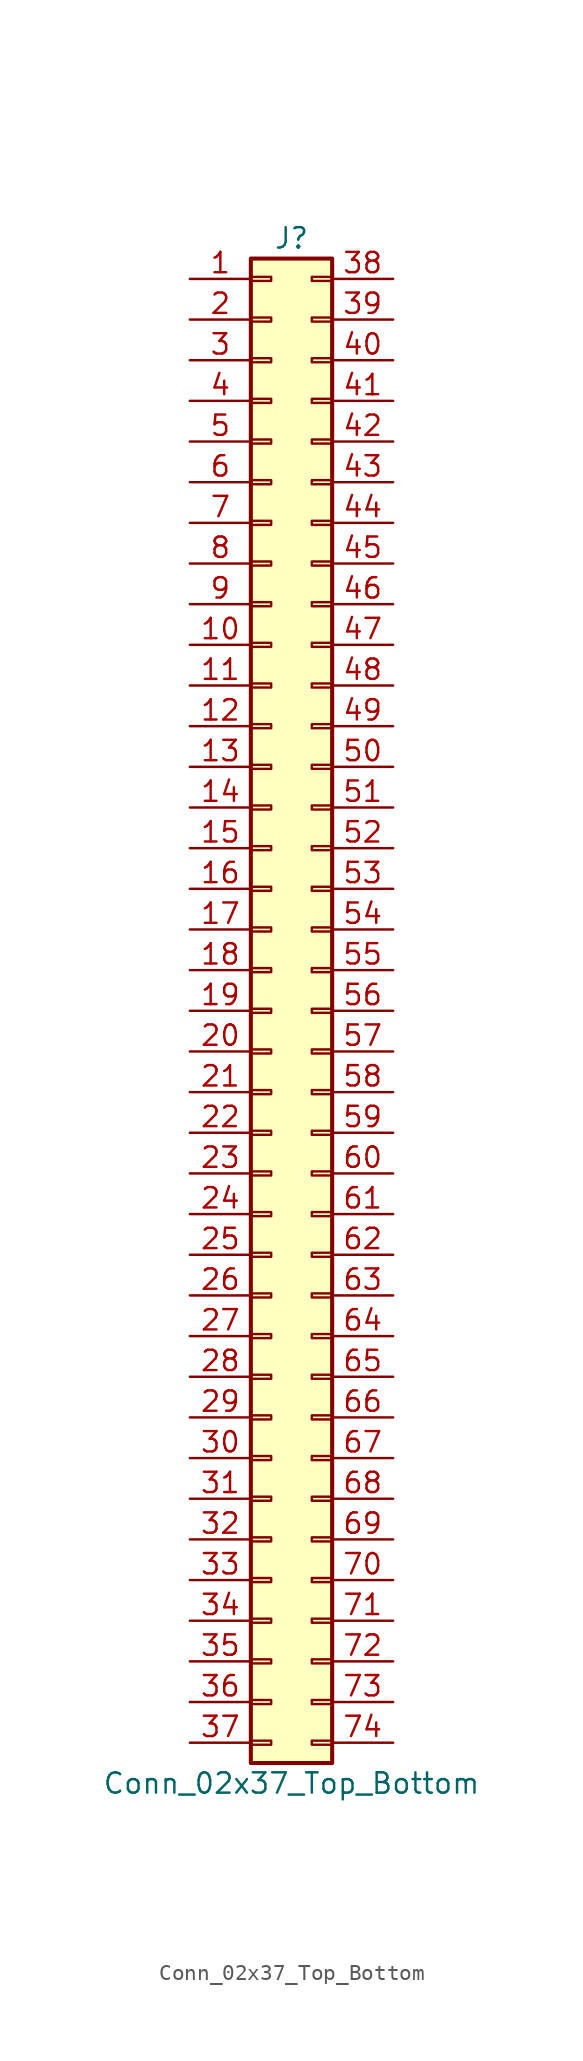
<source format=kicad_sym>
(kicad_symbol_lib
  (version 20201005)
  (generator kicad_symbol_editor)
  (symbol "Connector_Generic:Conn_02x37_Top_Bottom"
    (pin_names
      (offset 1.016) hide)
    (property "Reference" "J"
      (at 1.27 48.26 0)
      (effects (font (size 1.27 1.27))))
    (property "Value" "Conn_02x37_Top_Bottom"
      (at 1.27 -48.26 0)
      (effects (font (size 1.27 1.27))))
    (symbol "Conn_02x37_Top_Bottom_1_1"
      (rectangle (start -1.27 -27.813) (end 0 -28.067) (stroke (width 0.152)) (fill (type none)))
      (rectangle (start -1.27 -30.353) (end 0 -30.607) (stroke (width 0.152)) (fill (type none)))
      (rectangle (start -1.27 -32.893) (end 0 -33.147) (stroke (width 0.152)) (fill (type none)))
      (rectangle (start -1.27 -35.433) (end 0 -35.687) (stroke (width 0.152)) (fill (type none)))
      (rectangle (start -1.27 -37.973) (end 0 -38.227) (stroke (width 0.152)) (fill (type none)))
      (rectangle (start -1.27 -40.513) (end 0 -40.767) (stroke (width 0.152)) (fill (type none)))
      (rectangle (start -1.27 -43.053) (end 0 -43.307) (stroke (width 0.152)) (fill (type none)))
      (rectangle (start -1.27 -45.593) (end 0 -45.847) (stroke (width 0.152)) (fill (type none)))
      (rectangle (start -1.27 -4.953) (end 0 -5.207) (stroke (width 0.152)) (fill (type none)))
      (rectangle (start -1.27 -7.493) (end 0 -7.747) (stroke (width 0.152)) (fill (type none)))
      (rectangle (start -1.27 -10.033) (end 0 -10.287) (stroke (width 0.152)) (fill (type none)))
      (rectangle (start -1.27 -12.573) (end 0 -12.827) (stroke (width 0.152)) (fill (type none)))
      (rectangle (start -1.27 -15.113) (end 0 -15.367) (stroke (width 0.152)) (fill (type none)))
      (rectangle (start -1.27 -17.653) (end 0 -17.907) (stroke (width 0.152)) (fill (type none)))
      (rectangle (start -1.27 -20.193) (end 0 -20.447) (stroke (width 0.152)) (fill (type none)))
      (rectangle (start -1.27 -22.733) (end 0 -22.987) (stroke (width 0.152)) (fill (type none)))
      (rectangle (start -1.27 -2.413) (end 0 -2.667) (stroke (width 0.152)) (fill (type none)))
      (rectangle (start -1.27 -25.273) (end 0 -25.527) (stroke (width 0.152)) (fill (type none)))
      (rectangle (start -1.27 25.527) (end 0 25.273) (stroke (width 0.152)) (fill (type none)))
      (rectangle (start -1.27 2.667) (end 0 2.413) (stroke (width 0.152)) (fill (type none)))
      (rectangle (start -1.27 28.067) (end 0 27.813) (stroke (width 0.152)) (fill (type none)))
      (rectangle (start -1.27 30.607) (end 0 30.353) (stroke (width 0.152)) (fill (type none)))
      (rectangle (start -1.27 33.147) (end 0 32.893) (stroke (width 0.152)) (fill (type none)))
      (rectangle (start -1.27 35.687) (end 0 35.433) (stroke (width 0.152)) (fill (type none)))
      (rectangle (start -1.27 38.227) (end 0 37.973) (stroke (width 0.152)) (fill (type none)))
      (rectangle (start -1.27 40.767) (end 0 40.513) (stroke (width 0.152)) (fill (type none)))
      (rectangle (start -1.27 43.307) (end 0 43.053) (stroke (width 0.152)) (fill (type none)))
      (rectangle (start -1.27 45.847) (end 0 45.593) (stroke (width 0.152)) (fill (type none)))
      (rectangle (start -1.27 46.99) (end 3.81 -46.99) (stroke (width 0.254)) (fill (type background)))
      (rectangle (start -1.27 5.207) (end 0 4.953) (stroke (width 0.152)) (fill (type none)))
      (rectangle (start -1.27 7.747) (end 0 7.493) (stroke (width 0.152)) (fill (type none)))
      (rectangle (start -1.27 10.287) (end 0 10.033) (stroke (width 0.152)) (fill (type none)))
      (rectangle (start -1.27 0.127) (end 0 -0.127) (stroke (width 0.152)) (fill (type none)))
      (rectangle (start -1.27 12.827) (end 0 12.573) (stroke (width 0.152)) (fill (type none)))
      (rectangle (start -1.27 15.367) (end 0 15.113) (stroke (width 0.152)) (fill (type none)))
      (rectangle (start -1.27 17.907) (end 0 17.653) (stroke (width 0.152)) (fill (type none)))
      (rectangle (start -1.27 20.447) (end 0 20.193) (stroke (width 0.152)) (fill (type none)))
      (rectangle (start -1.27 22.987) (end 0 22.733) (stroke (width 0.152)) (fill (type none)))
      (rectangle (start 3.81 -27.813) (end 2.54 -28.067) (stroke (width 0.152)) (fill (type none)))
      (rectangle (start 3.81 -30.353) (end 2.54 -30.607) (stroke (width 0.152)) (fill (type none)))
      (rectangle (start 3.81 -32.893) (end 2.54 -33.147) (stroke (width 0.152)) (fill (type none)))
      (rectangle (start 3.81 -35.433) (end 2.54 -35.687) (stroke (width 0.152)) (fill (type none)))
      (rectangle (start 3.81 -37.973) (end 2.54 -38.227) (stroke (width 0.152)) (fill (type none)))
      (rectangle (start 3.81 -40.513) (end 2.54 -40.767) (stroke (width 0.152)) (fill (type none)))
      (rectangle (start 3.81 -43.053) (end 2.54 -43.307) (stroke (width 0.152)) (fill (type none)))
      (rectangle (start 3.81 -45.593) (end 2.54 -45.847) (stroke (width 0.152)) (fill (type none)))
      (rectangle (start 3.81 -4.953) (end 2.54 -5.207) (stroke (width 0.152)) (fill (type none)))
      (rectangle (start 3.81 -7.493) (end 2.54 -7.747) (stroke (width 0.152)) (fill (type none)))
      (rectangle (start 3.81 -10.033) (end 2.54 -10.287) (stroke (width 0.152)) (fill (type none)))
      (rectangle (start 3.81 -12.573) (end 2.54 -12.827) (stroke (width 0.152)) (fill (type none)))
      (rectangle (start 3.81 -15.113) (end 2.54 -15.367) (stroke (width 0.152)) (fill (type none)))
      (rectangle (start 3.81 -17.653) (end 2.54 -17.907) (stroke (width 0.152)) (fill (type none)))
      (rectangle (start 3.81 -20.193) (end 2.54 -20.447) (stroke (width 0.152)) (fill (type none)))
      (rectangle (start 3.81 -22.733) (end 2.54 -22.987) (stroke (width 0.152)) (fill (type none)))
      (rectangle (start 3.81 -2.413) (end 2.54 -2.667) (stroke (width 0.152)) (fill (type none)))
      (rectangle (start 3.81 -25.273) (end 2.54 -25.527) (stroke (width 0.152)) (fill (type none)))
      (rectangle (start 3.81 25.527) (end 2.54 25.273) (stroke (width 0.152)) (fill (type none)))
      (rectangle (start 3.81 2.667) (end 2.54 2.413) (stroke (width 0.152)) (fill (type none)))
      (rectangle (start 3.81 28.067) (end 2.54 27.813) (stroke (width 0.152)) (fill (type none)))
      (rectangle (start 3.81 30.607) (end 2.54 30.353) (stroke (width 0.152)) (fill (type none)))
      (rectangle (start 3.81 33.147) (end 2.54 32.893) (stroke (width 0.152)) (fill (type none)))
      (rectangle (start 3.81 35.687) (end 2.54 35.433) (stroke (width 0.152)) (fill (type none)))
      (rectangle (start 3.81 38.227) (end 2.54 37.973) (stroke (width 0.152)) (fill (type none)))
      (rectangle (start 3.81 40.767) (end 2.54 40.513) (stroke (width 0.152)) (fill (type none)))
      (rectangle (start 3.81 43.307) (end 2.54 43.053) (stroke (width 0.152)) (fill (type none)))
      (rectangle (start 3.81 45.847) (end 2.54 45.593) (stroke (width 0.152)) (fill (type none)))
      (rectangle (start 3.81 5.207) (end 2.54 4.953) (stroke (width 0.152)) (fill (type none)))
      (rectangle (start 3.81 7.747) (end 2.54 7.493) (stroke (width 0.152)) (fill (type none)))
      (rectangle (start 3.81 10.287) (end 2.54 10.033) (stroke (width 0.152)) (fill (type none)))
      (rectangle (start 3.81 0.127) (end 2.54 -0.127) (stroke (width 0.152)) (fill (type none)))
      (rectangle (start 3.81 12.827) (end 2.54 12.573) (stroke (width 0.152)) (fill (type none)))
      (rectangle (start 3.81 15.367) (end 2.54 15.113) (stroke (width 0.152)) (fill (type none)))
      (rectangle (start 3.81 17.907) (end 2.54 17.653) (stroke (width 0.152)) (fill (type none)))
      (rectangle (start 3.81 20.447) (end 2.54 20.193) (stroke (width 0.152)) (fill (type none)))
      (rectangle (start 3.81 22.987) (end 2.54 22.733) (stroke (width 0.152)) (fill (type none)))
      (pin passive line (at -5.08 45.72 0) (length 3.81) (name "Pin_1" (effects (font (size 1.27 1.27)))) (number "1" (effects (font (size 1.27 1.27)))))
      (pin passive line (at -5.08 22.86 0) (length 3.81) (name "Pin_10" (effects (font (size 1.27 1.27)))) (number "10" (effects (font (size 1.27 1.27)))))
      (pin passive line (at -5.08 20.32 0) (length 3.81) (name "Pin_11" (effects (font (size 1.27 1.27)))) (number "11" (effects (font (size 1.27 1.27)))))
      (pin passive line (at -5.08 17.78 0) (length 3.81) (name "Pin_12" (effects (font (size 1.27 1.27)))) (number "12" (effects (font (size 1.27 1.27)))))
      (pin passive line (at -5.08 15.24 0) (length 3.81) (name "Pin_13" (effects (font (size 1.27 1.27)))) (number "13" (effects (font (size 1.27 1.27)))))
      (pin passive line (at -5.08 12.7 0) (length 3.81) (name "Pin_14" (effects (font (size 1.27 1.27)))) (number "14" (effects (font (size 1.27 1.27)))))
      (pin passive line (at -5.08 10.16 0) (length 3.81) (name "Pin_15" (effects (font (size 1.27 1.27)))) (number "15" (effects (font (size 1.27 1.27)))))
      (pin passive line (at -5.08 7.62 0) (length 3.81) (name "Pin_16" (effects (font (size 1.27 1.27)))) (number "16" (effects (font (size 1.27 1.27)))))
      (pin passive line (at -5.08 5.08 0) (length 3.81) (name "Pin_17" (effects (font (size 1.27 1.27)))) (number "17" (effects (font (size 1.27 1.27)))))
      (pin passive line (at -5.08 2.54 0) (length 3.81) (name "Pin_18" (effects (font (size 1.27 1.27)))) (number "18" (effects (font (size 1.27 1.27)))))
      (pin passive line (at -5.08 0 0) (length 3.81) (name "Pin_19" (effects (font (size 1.27 1.27)))) (number "19" (effects (font (size 1.27 1.27)))))
      (pin passive line (at -5.08 43.18 0) (length 3.81) (name "Pin_2" (effects (font (size 1.27 1.27)))) (number "2" (effects (font (size 1.27 1.27)))))
      (pin passive line (at -5.08 -2.54 0) (length 3.81) (name "Pin_20" (effects (font (size 1.27 1.27)))) (number "20" (effects (font (size 1.27 1.27)))))
      (pin passive line (at -5.08 -5.08 0) (length 3.81) (name "Pin_21" (effects (font (size 1.27 1.27)))) (number "21" (effects (font (size 1.27 1.27)))))
      (pin passive line (at -5.08 -7.62 0) (length 3.81) (name "Pin_22" (effects (font (size 1.27 1.27)))) (number "22" (effects (font (size 1.27 1.27)))))
      (pin passive line (at -5.08 -10.16 0) (length 3.81) (name "Pin_23" (effects (font (size 1.27 1.27)))) (number "23" (effects (font (size 1.27 1.27)))))
      (pin passive line (at -5.08 -12.7 0) (length 3.81) (name "Pin_24" (effects (font (size 1.27 1.27)))) (number "24" (effects (font (size 1.27 1.27)))))
      (pin passive line (at -5.08 -15.24 0) (length 3.81) (name "Pin_25" (effects (font (size 1.27 1.27)))) (number "25" (effects (font (size 1.27 1.27)))))
      (pin passive line (at -5.08 -17.78 0) (length 3.81) (name "Pin_26" (effects (font (size 1.27 1.27)))) (number "26" (effects (font (size 1.27 1.27)))))
      (pin passive line (at -5.08 -20.32 0) (length 3.81) (name "Pin_27" (effects (font (size 1.27 1.27)))) (number "27" (effects (font (size 1.27 1.27)))))
      (pin passive line (at -5.08 -22.86 0) (length 3.81) (name "Pin_28" (effects (font (size 1.27 1.27)))) (number "28" (effects (font (size 1.27 1.27)))))
      (pin passive line (at -5.08 -25.4 0) (length 3.81) (name "Pin_29" (effects (font (size 1.27 1.27)))) (number "29" (effects (font (size 1.27 1.27)))))
      (pin passive line (at -5.08 40.64 0) (length 3.81) (name "Pin_3" (effects (font (size 1.27 1.27)))) (number "3" (effects (font (size 1.27 1.27)))))
      (pin passive line (at -5.08 -27.94 0) (length 3.81) (name "Pin_30" (effects (font (size 1.27 1.27)))) (number "30" (effects (font (size 1.27 1.27)))))
      (pin passive line (at -5.08 -30.48 0) (length 3.81) (name "Pin_31" (effects (font (size 1.27 1.27)))) (number "31" (effects (font (size 1.27 1.27)))))
      (pin passive line (at -5.08 -33.02 0) (length 3.81) (name "Pin_32" (effects (font (size 1.27 1.27)))) (number "32" (effects (font (size 1.27 1.27)))))
      (pin passive line (at -5.08 -35.56 0) (length 3.81) (name "Pin_33" (effects (font (size 1.27 1.27)))) (number "33" (effects (font (size 1.27 1.27)))))
      (pin passive line (at -5.08 -38.1 0) (length 3.81) (name "Pin_34" (effects (font (size 1.27 1.27)))) (number "34" (effects (font (size 1.27 1.27)))))
      (pin passive line (at -5.08 -40.64 0) (length 3.81) (name "Pin_35" (effects (font (size 1.27 1.27)))) (number "35" (effects (font (size 1.27 1.27)))))
      (pin passive line (at -5.08 -43.18 0) (length 3.81) (name "Pin_36" (effects (font (size 1.27 1.27)))) (number "36" (effects (font (size 1.27 1.27)))))
      (pin passive line (at -5.08 -45.72 0) (length 3.81) (name "Pin_37" (effects (font (size 1.27 1.27)))) (number "37" (effects (font (size 1.27 1.27)))))
      (pin passive line (at 7.62 45.72 180) (length 3.81) (name "Pin_38" (effects (font (size 1.27 1.27)))) (number "38" (effects (font (size 1.27 1.27)))))
      (pin passive line (at 7.62 43.18 180) (length 3.81) (name "Pin_39" (effects (font (size 1.27 1.27)))) (number "39" (effects (font (size 1.27 1.27)))))
      (pin passive line (at -5.08 38.1 0) (length 3.81) (name "Pin_4" (effects (font (size 1.27 1.27)))) (number "4" (effects (font (size 1.27 1.27)))))
      (pin passive line (at 7.62 40.64 180) (length 3.81) (name "Pin_40" (effects (font (size 1.27 1.27)))) (number "40" (effects (font (size 1.27 1.27)))))
      (pin passive line (at 7.62 38.1 180) (length 3.81) (name "Pin_41" (effects (font (size 1.27 1.27)))) (number "41" (effects (font (size 1.27 1.27)))))
      (pin passive line (at 7.62 35.56 180) (length 3.81) (name "Pin_42" (effects (font (size 1.27 1.27)))) (number "42" (effects (font (size 1.27 1.27)))))
      (pin passive line (at 7.62 33.02 180) (length 3.81) (name "Pin_43" (effects (font (size 1.27 1.27)))) (number "43" (effects (font (size 1.27 1.27)))))
      (pin passive line (at 7.62 30.48 180) (length 3.81) (name "Pin_44" (effects (font (size 1.27 1.27)))) (number "44" (effects (font (size 1.27 1.27)))))
      (pin passive line (at 7.62 27.94 180) (length 3.81) (name "Pin_45" (effects (font (size 1.27 1.27)))) (number "45" (effects (font (size 1.27 1.27)))))
      (pin passive line (at 7.62 25.4 180) (length 3.81) (name "Pin_46" (effects (font (size 1.27 1.27)))) (number "46" (effects (font (size 1.27 1.27)))))
      (pin passive line (at 7.62 22.86 180) (length 3.81) (name "Pin_47" (effects (font (size 1.27 1.27)))) (number "47" (effects (font (size 1.27 1.27)))))
      (pin passive line (at 7.62 20.32 180) (length 3.81) (name "Pin_48" (effects (font (size 1.27 1.27)))) (number "48" (effects (font (size 1.27 1.27)))))
      (pin passive line (at 7.62 17.78 180) (length 3.81) (name "Pin_49" (effects (font (size 1.27 1.27)))) (number "49" (effects (font (size 1.27 1.27)))))
      (pin passive line (at -5.08 35.56 0) (length 3.81) (name "Pin_5" (effects (font (size 1.27 1.27)))) (number "5" (effects (font (size 1.27 1.27)))))
      (pin passive line (at 7.62 15.24 180) (length 3.81) (name "Pin_50" (effects (font (size 1.27 1.27)))) (number "50" (effects (font (size 1.27 1.27)))))
      (pin passive line (at 7.62 12.7 180) (length 3.81) (name "Pin_51" (effects (font (size 1.27 1.27)))) (number "51" (effects (font (size 1.27 1.27)))))
      (pin passive line (at 7.62 10.16 180) (length 3.81) (name "Pin_52" (effects (font (size 1.27 1.27)))) (number "52" (effects (font (size 1.27 1.27)))))
      (pin passive line (at 7.62 7.62 180) (length 3.81) (name "Pin_53" (effects (font (size 1.27 1.27)))) (number "53" (effects (font (size 1.27 1.27)))))
      (pin passive line (at 7.62 5.08 180) (length 3.81) (name "Pin_54" (effects (font (size 1.27 1.27)))) (number "54" (effects (font (size 1.27 1.27)))))
      (pin passive line (at 7.62 2.54 180) (length 3.81) (name "Pin_55" (effects (font (size 1.27 1.27)))) (number "55" (effects (font (size 1.27 1.27)))))
      (pin passive line (at 7.62 0 180) (length 3.81) (name "Pin_56" (effects (font (size 1.27 1.27)))) (number "56" (effects (font (size 1.27 1.27)))))
      (pin passive line (at 7.62 -2.54 180) (length 3.81) (name "Pin_57" (effects (font (size 1.27 1.27)))) (number "57" (effects (font (size 1.27 1.27)))))
      (pin passive line (at 7.62 -5.08 180) (length 3.81) (name "Pin_58" (effects (font (size 1.27 1.27)))) (number "58" (effects (font (size 1.27 1.27)))))
      (pin passive line (at 7.62 -7.62 180) (length 3.81) (name "Pin_59" (effects (font (size 1.27 1.27)))) (number "59" (effects (font (size 1.27 1.27)))))
      (pin passive line (at -5.08 33.02 0) (length 3.81) (name "Pin_6" (effects (font (size 1.27 1.27)))) (number "6" (effects (font (size 1.27 1.27)))))
      (pin passive line (at 7.62 -10.16 180) (length 3.81) (name "Pin_60" (effects (font (size 1.27 1.27)))) (number "60" (effects (font (size 1.27 1.27)))))
      (pin passive line (at 7.62 -12.7 180) (length 3.81) (name "Pin_61" (effects (font (size 1.27 1.27)))) (number "61" (effects (font (size 1.27 1.27)))))
      (pin passive line (at 7.62 -15.24 180) (length 3.81) (name "Pin_62" (effects (font (size 1.27 1.27)))) (number "62" (effects (font (size 1.27 1.27)))))
      (pin passive line (at 7.62 -17.78 180) (length 3.81) (name "Pin_63" (effects (font (size 1.27 1.27)))) (number "63" (effects (font (size 1.27 1.27)))))
      (pin passive line (at 7.62 -20.32 180) (length 3.81) (name "Pin_64" (effects (font (size 1.27 1.27)))) (number "64" (effects (font (size 1.27 1.27)))))
      (pin passive line (at 7.62 -22.86 180) (length 3.81) (name "Pin_65" (effects (font (size 1.27 1.27)))) (number "65" (effects (font (size 1.27 1.27)))))
      (pin passive line (at 7.62 -25.4 180) (length 3.81) (name "Pin_66" (effects (font (size 1.27 1.27)))) (number "66" (effects (font (size 1.27 1.27)))))
      (pin passive line (at 7.62 -27.94 180) (length 3.81) (name "Pin_67" (effects (font (size 1.27 1.27)))) (number "67" (effects (font (size 1.27 1.27)))))
      (pin passive line (at 7.62 -30.48 180) (length 3.81) (name "Pin_68" (effects (font (size 1.27 1.27)))) (number "68" (effects (font (size 1.27 1.27)))))
      (pin passive line (at 7.62 -33.02 180) (length 3.81) (name "Pin_69" (effects (font (size 1.27 1.27)))) (number "69" (effects (font (size 1.27 1.27)))))
      (pin passive line (at -5.08 30.48 0) (length 3.81) (name "Pin_7" (effects (font (size 1.27 1.27)))) (number "7" (effects (font (size 1.27 1.27)))))
      (pin passive line (at 7.62 -35.56 180) (length 3.81) (name "Pin_70" (effects (font (size 1.27 1.27)))) (number "70" (effects (font (size 1.27 1.27)))))
      (pin passive line (at 7.62 -38.1 180) (length 3.81) (name "Pin_71" (effects (font (size 1.27 1.27)))) (number "71" (effects (font (size 1.27 1.27)))))
      (pin passive line (at 7.62 -40.64 180) (length 3.81) (name "Pin_72" (effects (font (size 1.27 1.27)))) (number "72" (effects (font (size 1.27 1.27)))))
      (pin passive line (at 7.62 -43.18 180) (length 3.81) (name "Pin_73" (effects (font (size 1.27 1.27)))) (number "73" (effects (font (size 1.27 1.27)))))
      (pin passive line (at 7.62 -45.72 180) (length 3.81) (name "Pin_74" (effects (font (size 1.27 1.27)))) (number "74" (effects (font (size 1.27 1.27)))))
      (pin passive line (at -5.08 27.94 0) (length 3.81) (name "Pin_8" (effects (font (size 1.27 1.27)))) (number "8" (effects (font (size 1.27 1.27)))))
      (pin passive line (at -5.08 25.4 0) (length 3.81) (name "Pin_9" (effects (font (size 1.27 1.27)))) (number "9" (effects (font (size 1.27 1.27))))))))
</source>
